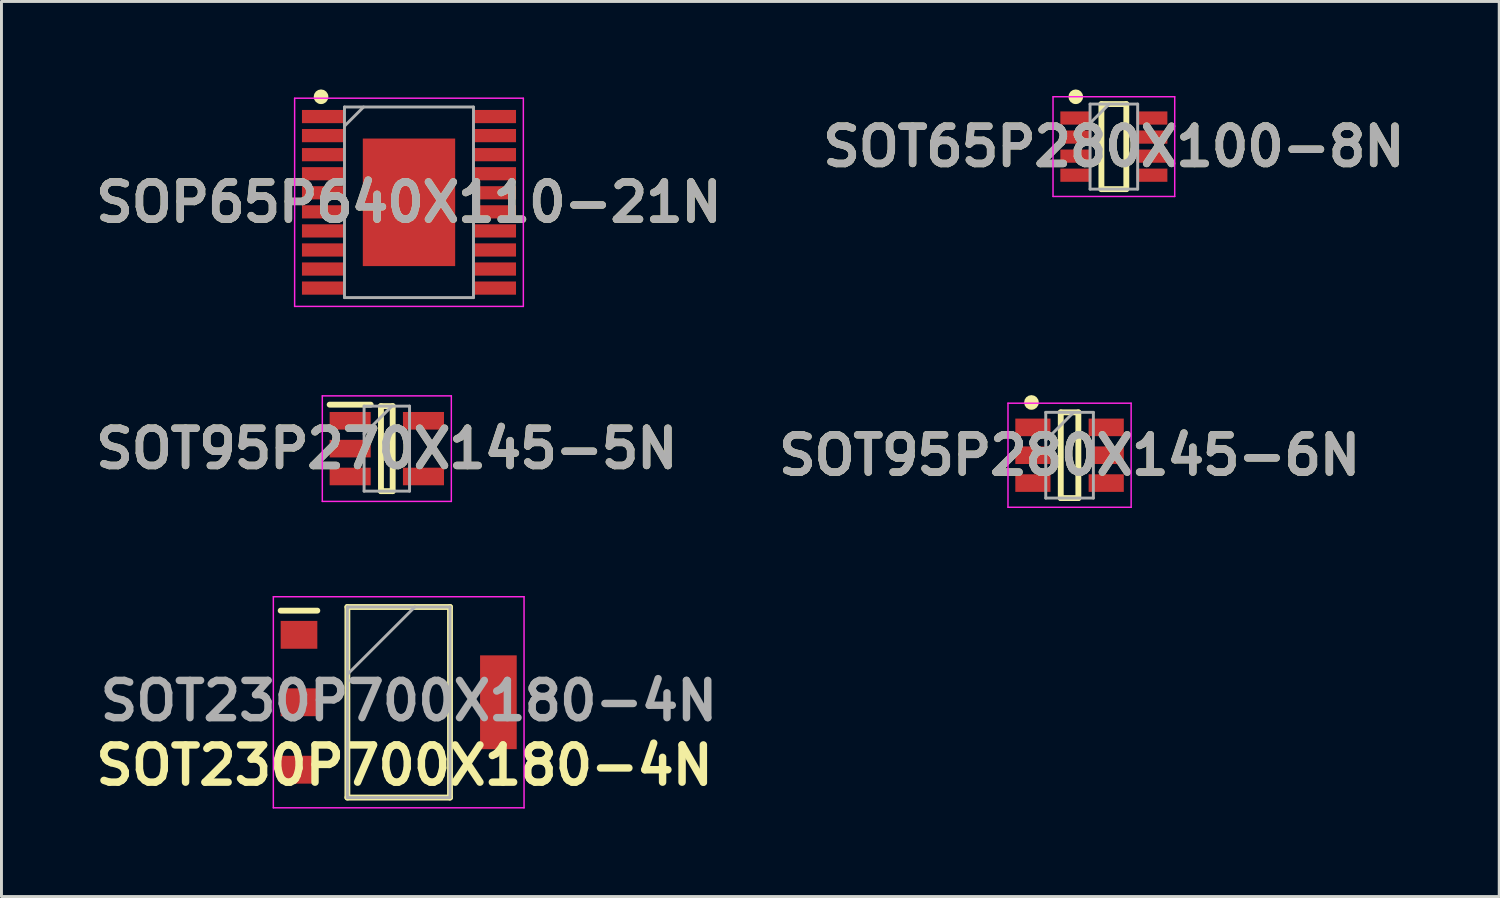
<source format=kicad_pcb>
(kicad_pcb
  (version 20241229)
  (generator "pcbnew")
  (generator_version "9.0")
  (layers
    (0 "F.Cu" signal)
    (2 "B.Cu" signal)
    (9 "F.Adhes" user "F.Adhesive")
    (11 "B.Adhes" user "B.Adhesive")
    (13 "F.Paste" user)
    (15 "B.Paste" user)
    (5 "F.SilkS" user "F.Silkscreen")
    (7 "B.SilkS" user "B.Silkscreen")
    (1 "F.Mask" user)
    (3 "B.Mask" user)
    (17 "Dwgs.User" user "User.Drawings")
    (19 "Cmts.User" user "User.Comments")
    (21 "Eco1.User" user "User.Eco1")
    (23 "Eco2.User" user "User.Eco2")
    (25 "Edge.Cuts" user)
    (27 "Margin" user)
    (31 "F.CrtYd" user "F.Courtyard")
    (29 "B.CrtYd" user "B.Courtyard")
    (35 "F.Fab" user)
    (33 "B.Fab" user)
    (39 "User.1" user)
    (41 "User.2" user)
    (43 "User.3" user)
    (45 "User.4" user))
  (footprint "SOT65P280X100-8N"
    (layer "F.Cu")
    (at 34.937 1.95)
    (property "Reference" "SOT65P280X100-8N" (at 0 0 0) (layer "F.SilkS") (effects (font (size 1.27 1.27) (thickness 0.254))))
    (attr smd)
    (fp_line (start -0.425 -1.45) (end 0.425 -1.45) (stroke (width 0.2) (type solid)) (layer "F.SilkS"))
    (fp_line (start -0.425 1.45) (end -0.425 -1.45) (stroke (width 0.2) (type solid)) (layer "F.SilkS"))
    (fp_line (start 0.425 -1.45) (end 0.425 1.45) (stroke (width 0.2) (type solid)) (layer "F.SilkS"))
    (fp_line (start 0.425 1.45) (end -0.425 1.45) (stroke (width 0.2) (type solid)) (layer "F.SilkS"))
    (fp_circle (center -1.3 -1.7) (end -1.3 -1.575) (stroke (width 0.25) (type solid)) (fill no) (layer "F.SilkS"))
    (fp_line (start -2.075 -1.7) (end 2.075 -1.7) (stroke (width 0.05) (type solid)) (layer "F.CrtYd"))
    (fp_line (start -2.075 1.7) (end -2.075 -1.7) (stroke (width 0.05) (type solid)) (layer "F.CrtYd"))
    (fp_line (start 2.075 -1.7) (end 2.075 1.7) (stroke (width 0.05) (type solid)) (layer "F.CrtYd"))
    (fp_line (start 2.075 1.7) (end -2.075 1.7) (stroke (width 0.05) (type solid)) (layer "F.CrtYd"))
    (fp_line (start -0.812 -1.45) (end 0.812 -1.45) (stroke (width 0.1) (type solid)) (layer "F.Fab"))
    (fp_line (start -0.812 -0.8) (end -0.162 -1.45) (stroke (width 0.1) (type solid)) (layer "F.Fab"))
    (fp_line (start -0.812 1.45) (end -0.812 -1.45) (stroke (width 0.1) (type solid)) (layer "F.Fab"))
    (fp_line (start 0.812 -1.45) (end 0.812 1.45) (stroke (width 0.1) (type solid)) (layer "F.Fab"))
    (fp_line (start 0.812 1.45) (end -0.812 1.45) (stroke (width 0.1) (type solid)) (layer "F.Fab"))
    (fp_text user "${REFERENCE}" (at 0 0 0) (layer "F.Fab") (effects (font (size 1.27 1.27) (thickness 0.254))))
    (pad "1" smd rect (at -1.3 -0.975 90) (size 0.45 1.05) (layers "F.Cu" "F.Mask" "F.Paste"))
    (pad "2" smd rect (at -1.3 -0.325 90) (size 0.45 1.05) (layers "F.Cu" "F.Mask" "F.Paste"))
    (pad "3" smd rect (at -1.3 0.325 90) (size 0.45 1.05) (layers "F.Cu" "F.Mask" "F.Paste"))
    (pad "4" smd rect (at -1.3 0.975 90) (size 0.45 1.05) (layers "F.Cu" "F.Mask" "F.Paste"))
    (pad "5" smd rect (at 1.3 0.975 90) (size 0.45 1.05) (layers "F.Cu" "F.Mask" "F.Paste"))
    (pad "6" smd rect (at 1.3 0.325 90) (size 0.45 1.05) (layers "F.Cu" "F.Mask" "F.Paste"))
    (pad "7" smd rect (at 1.3 -0.325 90) (size 0.45 1.05) (layers "F.Cu" "F.Mask" "F.Paste"))
    (pad "8" smd rect (at 1.3 -0.975 90) (size 0.45 1.05) (layers "F.Cu" "F.Mask" "F.Paste")))
  (footprint "SOT95P280X145-6N"
    (layer "F.Cu")
    (at 33.426 12.475)
    (property "Reference" "SOT95P280X145-6N" (at 0 0 0) (layer "F.SilkS") (effects (font (size 1.27 1.27) (thickness 0.254))))
    (attr smd)
    (fp_line (start -0.3 -1.462) (end 0.3 -1.462) (stroke (width 0.2) (type solid)) (layer "F.SilkS"))
    (fp_line (start -0.3 1.462) (end -0.3 -1.462) (stroke (width 0.2) (type solid)) (layer "F.SilkS"))
    (fp_line (start 0.3 -1.462) (end 0.3 1.462) (stroke (width 0.2) (type solid)) (layer "F.SilkS"))
    (fp_line (start 0.3 1.462) (end -0.3 1.462) (stroke (width 0.2) (type solid)) (layer "F.SilkS"))
    (fp_circle (center -1.3 -1.8) (end -1.3 -1.675) (stroke (width 0.25) (type solid)) (fill no) (layer "F.SilkS"))
    (fp_line (start -2.1 -1.775) (end 2.1 -1.775) (stroke (width 0.05) (type solid)) (layer "F.CrtYd"))
    (fp_line (start -2.1 1.775) (end -2.1 -1.775) (stroke (width 0.05) (type solid)) (layer "F.CrtYd"))
    (fp_line (start 2.1 -1.775) (end 2.1 1.775) (stroke (width 0.05) (type solid)) (layer "F.CrtYd"))
    (fp_line (start 2.1 1.775) (end -2.1 1.775) (stroke (width 0.05) (type solid)) (layer "F.CrtYd"))
    (fp_line (start -0.812 -1.462) (end 0.812 -1.462) (stroke (width 0.1) (type solid)) (layer "F.Fab"))
    (fp_line (start -0.812 -0.512) (end 0.138 -1.462) (stroke (width 0.1) (type solid)) (layer "F.Fab"))
    (fp_line (start -0.812 1.462) (end -0.812 -1.462) (stroke (width 0.1) (type solid)) (layer "F.Fab"))
    (fp_line (start 0.812 -1.462) (end 0.812 1.462) (stroke (width 0.1) (type solid)) (layer "F.Fab"))
    (fp_line (start 0.812 1.462) (end -0.812 1.462) (stroke (width 0.1) (type solid)) (layer "F.Fab"))
    (fp_text user "${REFERENCE}" (at 0 0 0) (layer "F.Fab") (effects (font (size 1.27 1.27) (thickness 0.254))))
    (pad "1" smd rect (at -1.25 -0.95 90) (size 0.6 1.2) (layers "F.Cu" "F.Mask" "F.Paste"))
    (pad "2" smd rect (at -1.25 0 90) (size 0.6 1.2) (layers "F.Cu" "F.Mask" "F.Paste"))
    (pad "3" smd rect (at -1.25 0.95 90) (size 0.6 1.2) (layers "F.Cu" "F.Mask" "F.Paste"))
    (pad "4" smd rect (at 1.25 0.95 90) (size 0.6 1.2) (layers "F.Cu" "F.Mask" "F.Paste"))
    (pad "5" smd rect (at 1.25 0 90) (size 0.6 1.2) (layers "F.Cu" "F.Mask" "F.Paste"))
    (pad "6" smd rect (at 1.25 -0.95 90) (size 0.6 1.2) (layers "F.Cu" "F.Mask" "F.Paste")))
  (footprint "SOT95P270X145-5N"
    (layer "F.Cu")
    (at 10.142 12.25)
    (property "Reference" "SOT95P270X145-5N" (at 0 0 0) (layer "F.SilkS") (effects (font (size 1.27 1.27) (thickness 0.254))))
    (attr smd)
    (fp_line (start -1.95 -1.5) (end -0.55 -1.5) (stroke (width 0.2) (type solid)) (layer "F.SilkS"))
    (fp_line (start -0.2 -1.45) (end 0.2 -1.45) (stroke (width 0.2) (type solid)) (layer "F.SilkS"))
    (fp_line (start -0.2 1.45) (end -0.2 -1.45) (stroke (width 0.2) (type solid)) (layer "F.SilkS"))
    (fp_line (start 0.2 -1.45) (end 0.2 1.45) (stroke (width 0.2) (type solid)) (layer "F.SilkS"))
    (fp_line (start 0.2 1.45) (end -0.2 1.45) (stroke (width 0.2) (type solid)) (layer "F.SilkS"))
    (fp_line (start -2.2 -1.8) (end 2.2 -1.8) (stroke (width 0.05) (type solid)) (layer "F.CrtYd"))
    (fp_line (start -2.2 1.8) (end -2.2 -1.8) (stroke (width 0.05) (type solid)) (layer "F.CrtYd"))
    (fp_line (start 2.2 -1.8) (end 2.2 1.8) (stroke (width 0.05) (type solid)) (layer "F.CrtYd"))
    (fp_line (start 2.2 1.8) (end -2.2 1.8) (stroke (width 0.05) (type solid)) (layer "F.CrtYd"))
    (fp_line (start -0.775 -1.45) (end 0.775 -1.45) (stroke (width 0.1) (type solid)) (layer "F.Fab"))
    (fp_line (start -0.775 -0.5) (end 0.175 -1.45) (stroke (width 0.1) (type solid)) (layer "F.Fab"))
    (fp_line (start -0.775 1.45) (end -0.775 -1.45) (stroke (width 0.1) (type solid)) (layer "F.Fab"))
    (fp_line (start 0.775 -1.45) (end 0.775 1.45) (stroke (width 0.1) (type solid)) (layer "F.Fab"))
    (fp_line (start 0.775 1.45) (end -0.775 1.45) (stroke (width 0.1) (type solid)) (layer "F.Fab"))
    (fp_text user "${REFERENCE}" (at 0 0 0) (layer "F.Fab") (effects (font (size 1.27 1.27) (thickness 0.254))))
    (pad "1" smd rect (at -1.25 -0.95 90) (size 0.6 1.4) (layers "F.Cu" "F.Mask" "F.Paste"))
    (pad "2" smd rect (at -1.25 0 90) (size 0.6 1.4) (layers "F.Cu" "F.Mask" "F.Paste"))
    (pad "3" smd rect (at -1.25 0.95 90) (size 0.6 1.4) (layers "F.Cu" "F.Mask" "F.Paste"))
    (pad "4" smd rect (at 1.25 0.95 90) (size 0.6 1.4) (layers "F.Cu" "F.Mask" "F.Paste"))
    (pad "5" smd rect (at 1.25 -0.95 90) (size 0.6 1.4) (layers "F.Cu" "F.Mask" "F.Paste")))
  (footprint "SOT230P700X180-4N"
    (layer "F.Cu")
    (at 10.547 20.9)
    (property "Reference" "SOT230P700X180-4N" (at 0.2 2.15 0) (layer "F.SilkS") (effects (font (size 1.27 1.27) (thickness 0.254))))
    (attr smd)
    (fp_line (start -4.025 -3.125) (end -2.775 -3.125) (stroke (width 0.2) (type solid)) (layer "F.SilkS"))
    (fp_line (start -1.75 -3.25) (end 1.75 -3.25) (stroke (width 0.2) (type solid)) (layer "F.SilkS"))
    (fp_line (start -1.75 3.25) (end -1.75 -3.25) (stroke (width 0.2) (type solid)) (layer "F.SilkS"))
    (fp_line (start 1.75 -3.25) (end 1.75 3.25) (stroke (width 0.2) (type solid)) (layer "F.SilkS"))
    (fp_line (start 1.75 3.25) (end -1.75 3.25) (stroke (width 0.2) (type solid)) (layer "F.SilkS"))
    (fp_line (start -4.275 -3.6) (end 4.275 -3.6) (stroke (width 0.05) (type solid)) (layer "F.CrtYd"))
    (fp_line (start -4.275 3.6) (end -4.275 -3.6) (stroke (width 0.05) (type solid)) (layer "F.CrtYd"))
    (fp_line (start 4.275 -3.6) (end 4.275 3.6) (stroke (width 0.05) (type solid)) (layer "F.CrtYd"))
    (fp_line (start 4.275 3.6) (end -4.275 3.6) (stroke (width 0.05) (type solid)) (layer "F.CrtYd"))
    (fp_line (start -1.75 -3.25) (end 1.75 -3.25) (stroke (width 0.1) (type solid)) (layer "F.Fab"))
    (fp_line (start -1.75 -0.95) (end 0.55 -3.25) (stroke (width 0.1) (type solid)) (layer "F.Fab"))
    (fp_line (start -1.75 3.25) (end -1.75 -3.25) (stroke (width 0.1) (type solid)) (layer "F.Fab"))
    (fp_line (start 1.75 -3.25) (end 1.75 3.25) (stroke (width 0.1) (type solid)) (layer "F.Fab"))
    (fp_line (start 1.75 3.25) (end -1.75 3.25) (stroke (width 0.1) (type solid)) (layer "F.Fab"))
    (fp_text user "${REFERENCE}" (at 0.35 -0.05 0) (layer "F.Fab") (effects (font (size 1.27 1.27) (thickness 0.254))))
    (pad "1" smd rect (at -3.4 -2.3 90) (size 0.95 1.25) (layers "F.Cu" "F.Mask" "F.Paste"))
    (pad "2" smd rect (at -3.4 0 90) (size 0.95 1.25) (layers "F.Cu" "F.Mask" "F.Paste"))
    (pad "3" smd rect (at -3.4 2.3 90) (size 0.95 1.25) (layers "F.Cu" "F.Mask" "F.Paste"))
    (pad "4" smd rect (at 3.4 0) (size 1.25 3.2) (layers "F.Cu" "F.Mask" "F.Paste")))
  (footprint "SOP65P640X110-21N"
    (layer "F.Cu")
    (at 10.898 3.85)
    (property "Reference" "SOP65P640X110-21N" (at 0 0 0) (layer "F.SilkS") (effects (font (size 1.27 1.27) (thickness 0.254))))
    (attr smd)
    (fp_circle (center -3 -3.6) (end -3 -3.475) (stroke (width 0.25) (type solid)) (fill no) (layer "F.SilkS"))
    (fp_line (start -3.9 -3.55) (end 3.9 -3.55) (stroke (width 0.05) (type solid)) (layer "F.CrtYd"))
    (fp_line (start -3.9 3.55) (end -3.9 -3.55) (stroke (width 0.05) (type solid)) (layer "F.CrtYd"))
    (fp_line (start 3.9 -3.55) (end 3.9 3.55) (stroke (width 0.05) (type solid)) (layer "F.CrtYd"))
    (fp_line (start 3.9 3.55) (end -3.9 3.55) (stroke (width 0.05) (type solid)) (layer "F.CrtYd"))
    (fp_line (start -2.2 -3.25) (end 2.2 -3.25) (stroke (width 0.1) (type solid)) (layer "F.Fab"))
    (fp_line (start -2.2 -2.6) (end -1.55 -3.25) (stroke (width 0.1) (type solid)) (layer "F.Fab"))
    (fp_line (start -2.2 3.25) (end -2.2 -3.25) (stroke (width 0.1) (type solid)) (layer "F.Fab"))
    (fp_line (start 2.2 -3.25) (end 2.2 3.25) (stroke (width 0.1) (type solid)) (layer "F.Fab"))
    (fp_line (start 2.2 3.25) (end -2.2 3.25) (stroke (width 0.1) (type solid)) (layer "F.Fab"))
    (fp_text user "${REFERENCE}" (at 0 0 0) (layer "F.Fab") (effects (font (size 1.27 1.27) (thickness 0.254))))
    (pad "1" smd rect (at -2.925 -2.925 90) (size 0.45 1.45) (layers "F.Cu" "F.Mask" "F.Paste"))
    (pad "2" smd rect (at -2.925 -2.275 90) (size 0.45 1.45) (layers "F.Cu" "F.Mask" "F.Paste"))
    (pad "3" smd rect (at -2.925 -1.625 90) (size 0.45 1.45) (layers "F.Cu" "F.Mask" "F.Paste"))
    (pad "4" smd rect (at -2.925 -0.975 90) (size 0.45 1.45) (layers "F.Cu" "F.Mask" "F.Paste"))
    (pad "5" smd rect (at -2.925 -0.325 90) (size 0.45 1.45) (layers "F.Cu" "F.Mask" "F.Paste"))
    (pad "6" smd rect (at -2.925 0.325 90) (size 0.45 1.45) (layers "F.Cu" "F.Mask" "F.Paste"))
    (pad "7" smd rect (at -2.925 0.975 90) (size 0.45 1.45) (layers "F.Cu" "F.Mask" "F.Paste"))
    (pad "8" smd rect (at -2.925 1.625 90) (size 0.45 1.45) (layers "F.Cu" "F.Mask" "F.Paste"))
    (pad "9" smd rect (at -2.925 2.275 90) (size 0.45 1.45) (layers "F.Cu" "F.Mask" "F.Paste"))
    (pad "10" smd rect (at -2.925 2.925 90) (size 0.45 1.45) (layers "F.Cu" "F.Mask" "F.Paste"))
    (pad "11" smd rect (at 2.925 2.925 90) (size 0.45 1.45) (layers "F.Cu" "F.Mask" "F.Paste"))
    (pad "12" smd rect (at 2.925 2.275 90) (size 0.45 1.45) (layers "F.Cu" "F.Mask" "F.Paste"))
    (pad "13" smd rect (at 2.925 1.625 90) (size 0.45 1.45) (layers "F.Cu" "F.Mask" "F.Paste"))
    (pad "14" smd rect (at 2.925 0.975 90) (size 0.45 1.45) (layers "F.Cu" "F.Mask" "F.Paste"))
    (pad "15" smd rect (at 2.925 0.325 90) (size 0.45 1.45) (layers "F.Cu" "F.Mask" "F.Paste"))
    (pad "16" smd rect (at 2.925 -0.325 90) (size 0.45 1.45) (layers "F.Cu" "F.Mask" "F.Paste"))
    (pad "17" smd rect (at 2.925 -0.975 90) (size 0.45 1.45) (layers "F.Cu" "F.Mask" "F.Paste"))
    (pad "18" smd rect (at 2.925 -1.625 90) (size 0.45 1.45) (layers "F.Cu" "F.Mask" "F.Paste"))
    (pad "19" smd rect (at 2.925 -2.275 90) (size 0.45 1.45) (layers "F.Cu" "F.Mask" "F.Paste"))
    (pad "20" smd rect (at 2.925 -2.925 90) (size 0.45 1.45) (layers "F.Cu" "F.Mask" "F.Paste"))
    (pad "21" smd rect (at 0 0) (size 3.15 4.35) (layers "F.Cu" "F.Mask" "F.Paste")))
  (gr_rect
    (start -3 -3)
    (end 48.079 27.525)
    (stroke (width 0.1) (type default))
    (fill no)
    (layer "Edge.Cuts")))
</source>
